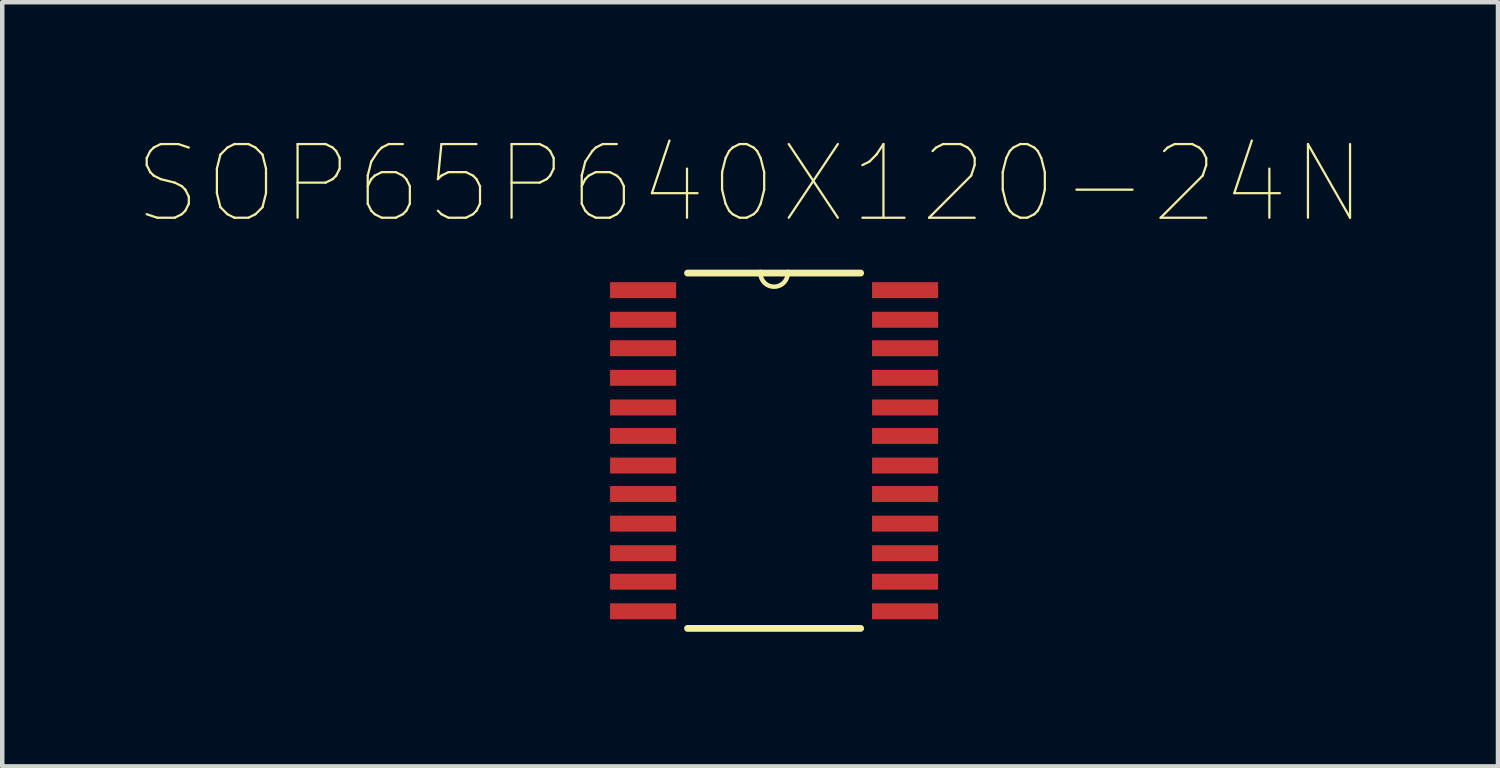
<source format=kicad_pcb>
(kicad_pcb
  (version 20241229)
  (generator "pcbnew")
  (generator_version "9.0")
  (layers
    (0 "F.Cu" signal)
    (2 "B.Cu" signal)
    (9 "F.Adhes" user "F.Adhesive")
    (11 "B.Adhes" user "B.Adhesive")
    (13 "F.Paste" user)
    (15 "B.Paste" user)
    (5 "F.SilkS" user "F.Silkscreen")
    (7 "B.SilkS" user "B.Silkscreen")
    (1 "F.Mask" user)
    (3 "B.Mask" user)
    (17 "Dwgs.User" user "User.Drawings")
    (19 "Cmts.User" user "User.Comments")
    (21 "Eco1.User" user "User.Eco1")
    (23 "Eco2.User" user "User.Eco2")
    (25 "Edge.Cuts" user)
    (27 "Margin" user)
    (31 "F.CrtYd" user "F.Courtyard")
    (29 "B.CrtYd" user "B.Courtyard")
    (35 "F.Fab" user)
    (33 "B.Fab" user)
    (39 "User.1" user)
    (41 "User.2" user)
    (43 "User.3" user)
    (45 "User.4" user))
  (footprint "SOP65P640X120-24N"
    (layer "F.Cu")
    (at 14.213 7.002)
    (property "Reference" "SOP65P640X120-24N" (at -0.534 -5.954 0) (layer "F.SilkS") (effects (font (size 1.643 1.643) (thickness 0.05))))
    (attr smd)
    (fp_line (start -1.93 3.962) (end 1.93 3.962) (stroke (width 0.152) (type solid)) (layer "F.SilkS"))
    (fp_line (start -0.305 -3.962) (end -1.93 -3.962) (stroke (width 0.152) (type solid)) (layer "F.SilkS"))
    (fp_line (start 0.305 -3.962) (end -0.305 -3.962) (stroke (width 0.152) (type solid)) (layer "F.SilkS"))
    (fp_line (start 1.93 -3.962) (end 0.305 -3.962) (stroke (width 0.152) (type solid)) (layer "F.SilkS"))
    (fp_arc (start 0.3048 -3.9624) (mid 0 -3.6576) (end -0.3048 -3.9624) (stroke (width 0.1) (type solid)) (layer "F.SilkS"))
    (fp_line (start -3.302 -3.734) (end -3.302 -3.429) (stroke (width 0.152) (type solid)) (layer "Eco2.User"))
    (fp_line (start -3.302 -3.429) (end -2.261 -3.429) (stroke (width 0.152) (type solid)) (layer "Eco2.User"))
    (fp_line (start -3.302 -3.073) (end -3.302 -2.769) (stroke (width 0.152) (type solid)) (layer "Eco2.User"))
    (fp_line (start -3.302 -2.769) (end -2.261 -2.769) (stroke (width 0.152) (type solid)) (layer "Eco2.User"))
    (fp_line (start -3.302 -2.413) (end -3.302 -2.134) (stroke (width 0.152) (type solid)) (layer "Eco2.User"))
    (fp_line (start -3.302 -2.134) (end -2.261 -2.134) (stroke (width 0.152) (type solid)) (layer "Eco2.User"))
    (fp_line (start -3.302 -1.778) (end -3.302 -1.473) (stroke (width 0.152) (type solid)) (layer "Eco2.User"))
    (fp_line (start -3.302 -1.473) (end -2.261 -1.473) (stroke (width 0.152) (type solid)) (layer "Eco2.User"))
    (fp_line (start -3.302 -1.118) (end -3.302 -0.813) (stroke (width 0.152) (type solid)) (layer "Eco2.User"))
    (fp_line (start -3.302 -0.813) (end -2.261 -0.813) (stroke (width 0.152) (type solid)) (layer "Eco2.User"))
    (fp_line (start -3.302 -0.483) (end -3.302 -0.178) (stroke (width 0.152) (type solid)) (layer "Eco2.User"))
    (fp_line (start -3.302 -0.178) (end -2.261 -0.178) (stroke (width 0.152) (type solid)) (layer "Eco2.User"))
    (fp_line (start -3.302 0.178) (end -3.302 0.483) (stroke (width 0.152) (type solid)) (layer "Eco2.User"))
    (fp_line (start -3.302 0.483) (end -2.261 0.483) (stroke (width 0.152) (type solid)) (layer "Eco2.User"))
    (fp_line (start -3.302 0.813) (end -3.302 1.118) (stroke (width 0.152) (type solid)) (layer "Eco2.User"))
    (fp_line (start -3.302 1.118) (end -2.261 1.118) (stroke (width 0.152) (type solid)) (layer "Eco2.User"))
    (fp_line (start -3.302 1.473) (end -3.302 1.778) (stroke (width 0.152) (type solid)) (layer "Eco2.User"))
    (fp_line (start -3.302 1.778) (end -2.261 1.778) (stroke (width 0.152) (type solid)) (layer "Eco2.User"))
    (fp_line (start -3.302 2.134) (end -3.302 2.413) (stroke (width 0.152) (type solid)) (layer "Eco2.User"))
    (fp_line (start -3.302 2.413) (end -2.261 2.413) (stroke (width 0.152) (type solid)) (layer "Eco2.User"))
    (fp_line (start -3.302 2.769) (end -3.302 3.073) (stroke (width 0.152) (type solid)) (layer "Eco2.User"))
    (fp_line (start -3.302 3.073) (end -2.261 3.073) (stroke (width 0.152) (type solid)) (layer "Eco2.User"))
    (fp_line (start -3.302 3.429) (end -3.302 3.734) (stroke (width 0.152) (type solid)) (layer "Eco2.User"))
    (fp_line (start -3.302 3.734) (end -2.261 3.734) (stroke (width 0.152) (type solid)) (layer "Eco2.User"))
    (fp_line (start -2.261 -3.962) (end -2.261 3.962) (stroke (width 0.152) (type solid)) (layer "Eco2.User"))
    (fp_line (start -2.261 -3.734) (end -3.302 -3.734) (stroke (width 0.152) (type solid)) (layer "Eco2.User"))
    (fp_line (start -2.261 -3.429) (end -2.261 -3.734) (stroke (width 0.152) (type solid)) (layer "Eco2.User"))
    (fp_line (start -2.261 -3.073) (end -3.302 -3.073) (stroke (width 0.152) (type solid)) (layer "Eco2.User"))
    (fp_line (start -2.261 -2.769) (end -2.261 -3.073) (stroke (width 0.152) (type solid)) (layer "Eco2.User"))
    (fp_line (start -2.261 -2.413) (end -3.302 -2.413) (stroke (width 0.152) (type solid)) (layer "Eco2.User"))
    (fp_line (start -2.261 -2.134) (end -2.261 -2.413) (stroke (width 0.152) (type solid)) (layer "Eco2.User"))
    (fp_line (start -2.261 -1.778) (end -3.302 -1.778) (stroke (width 0.152) (type solid)) (layer "Eco2.User"))
    (fp_line (start -2.261 -1.473) (end -2.261 -1.778) (stroke (width 0.152) (type solid)) (layer "Eco2.User"))
    (fp_line (start -2.261 -1.118) (end -3.302 -1.118) (stroke (width 0.152) (type solid)) (layer "Eco2.User"))
    (fp_line (start -2.261 -0.813) (end -2.261 -1.118) (stroke (width 0.152) (type solid)) (layer "Eco2.User"))
    (fp_line (start -2.261 -0.483) (end -3.302 -0.483) (stroke (width 0.152) (type solid)) (layer "Eco2.User"))
    (fp_line (start -2.261 -0.178) (end -2.261 -0.483) (stroke (width 0.152) (type solid)) (layer "Eco2.User"))
    (fp_line (start -2.261 0.178) (end -3.302 0.178) (stroke (width 0.152) (type solid)) (layer "Eco2.User"))
    (fp_line (start -2.261 0.483) (end -2.261 0.178) (stroke (width 0.152) (type solid)) (layer "Eco2.User"))
    (fp_line (start -2.261 0.813) (end -3.302 0.813) (stroke (width 0.152) (type solid)) (layer "Eco2.User"))
    (fp_line (start -2.261 1.118) (end -2.261 0.813) (stroke (width 0.152) (type solid)) (layer "Eco2.User"))
    (fp_line (start -2.261 1.473) (end -3.302 1.473) (stroke (width 0.152) (type solid)) (layer "Eco2.User"))
    (fp_line (start -2.261 1.778) (end -2.261 1.473) (stroke (width 0.152) (type solid)) (layer "Eco2.User"))
    (fp_line (start -2.261 2.134) (end -3.302 2.134) (stroke (width 0.152) (type solid)) (layer "Eco2.User"))
    (fp_line (start -2.261 2.413) (end -2.261 2.134) (stroke (width 0.152) (type solid)) (layer "Eco2.User"))
    (fp_line (start -2.261 2.769) (end -3.302 2.769) (stroke (width 0.152) (type solid)) (layer "Eco2.User"))
    (fp_line (start -2.261 3.073) (end -2.261 2.769) (stroke (width 0.152) (type solid)) (layer "Eco2.User"))
    (fp_line (start -2.261 3.429) (end -3.302 3.429) (stroke (width 0.152) (type solid)) (layer "Eco2.User"))
    (fp_line (start -2.261 3.734) (end -2.261 3.429) (stroke (width 0.152) (type solid)) (layer "Eco2.User"))
    (fp_line (start -2.261 3.962) (end 2.261 3.962) (stroke (width 0.152) (type solid)) (layer "Eco2.User"))
    (fp_line (start -0.305 -3.962) (end -2.261 -3.962) (stroke (width 0.152) (type solid)) (layer "Eco2.User"))
    (fp_line (start 0.305 -3.962) (end -0.305 -3.962) (stroke (width 0.152) (type solid)) (layer "Eco2.User"))
    (fp_line (start 2.261 -3.962) (end 0.305 -3.962) (stroke (width 0.152) (type solid)) (layer "Eco2.User"))
    (fp_line (start 2.261 -3.734) (end 2.261 -3.429) (stroke (width 0.152) (type solid)) (layer "Eco2.User"))
    (fp_line (start 2.261 -3.429) (end 3.302 -3.429) (stroke (width 0.152) (type solid)) (layer "Eco2.User"))
    (fp_line (start 2.261 -3.073) (end 2.261 -2.769) (stroke (width 0.152) (type solid)) (layer "Eco2.User"))
    (fp_line (start 2.261 -2.769) (end 3.302 -2.769) (stroke (width 0.152) (type solid)) (layer "Eco2.User"))
    (fp_line (start 2.261 -2.413) (end 2.261 -2.134) (stroke (width 0.152) (type solid)) (layer "Eco2.User"))
    (fp_line (start 2.261 -2.134) (end 3.302 -2.134) (stroke (width 0.152) (type solid)) (layer "Eco2.User"))
    (fp_line (start 2.261 -1.778) (end 2.261 -1.473) (stroke (width 0.152) (type solid)) (layer "Eco2.User"))
    (fp_line (start 2.261 -1.473) (end 3.302 -1.473) (stroke (width 0.152) (type solid)) (layer "Eco2.User"))
    (fp_line (start 2.261 -1.118) (end 2.261 -0.813) (stroke (width 0.152) (type solid)) (layer "Eco2.User"))
    (fp_line (start 2.261 -0.813) (end 3.302 -0.813) (stroke (width 0.152) (type solid)) (layer "Eco2.User"))
    (fp_line (start 2.261 -0.483) (end 2.261 -0.178) (stroke (width 0.152) (type solid)) (layer "Eco2.User"))
    (fp_line (start 2.261 -0.178) (end 3.302 -0.178) (stroke (width 0.152) (type solid)) (layer "Eco2.User"))
    (fp_line (start 2.261 0.178) (end 2.261 0.483) (stroke (width 0.152) (type solid)) (layer "Eco2.User"))
    (fp_line (start 2.261 0.483) (end 3.302 0.483) (stroke (width 0.152) (type solid)) (layer "Eco2.User"))
    (fp_line (start 2.261 0.813) (end 2.261 1.118) (stroke (width 0.152) (type solid)) (layer "Eco2.User"))
    (fp_line (start 2.261 1.118) (end 3.302 1.118) (stroke (width 0.152) (type solid)) (layer "Eco2.User"))
    (fp_line (start 2.261 1.473) (end 2.261 1.778) (stroke (width 0.152) (type solid)) (layer "Eco2.User"))
    (fp_line (start 2.261 1.778) (end 3.302 1.778) (stroke (width 0.152) (type solid)) (layer "Eco2.User"))
    (fp_line (start 2.261 2.134) (end 2.261 2.413) (stroke (width 0.152) (type solid)) (layer "Eco2.User"))
    (fp_line (start 2.261 2.413) (end 3.302 2.413) (stroke (width 0.152) (type solid)) (layer "Eco2.User"))
    (fp_line (start 2.261 2.769) (end 2.261 3.073) (stroke (width 0.152) (type solid)) (layer "Eco2.User"))
    (fp_line (start 2.261 3.073) (end 3.302 3.073) (stroke (width 0.152) (type solid)) (layer "Eco2.User"))
    (fp_line (start 2.261 3.429) (end 2.261 3.734) (stroke (width 0.152) (type solid)) (layer "Eco2.User"))
    (fp_line (start 2.261 3.734) (end 3.302 3.734) (stroke (width 0.152) (type solid)) (layer "Eco2.User"))
    (fp_line (start 2.261 3.962) (end 2.261 -3.962) (stroke (width 0.152) (type solid)) (layer "Eco2.User"))
    (fp_line (start 3.302 -3.734) (end 2.261 -3.734) (stroke (width 0.152) (type solid)) (layer "Eco2.User"))
    (fp_line (start 3.302 -3.429) (end 3.302 -3.734) (stroke (width 0.152) (type solid)) (layer "Eco2.User"))
    (fp_line (start 3.302 -3.073) (end 2.261 -3.073) (stroke (width 0.152) (type solid)) (layer "Eco2.User"))
    (fp_line (start 3.302 -2.769) (end 3.302 -3.073) (stroke (width 0.152) (type solid)) (layer "Eco2.User"))
    (fp_line (start 3.302 -2.413) (end 2.261 -2.413) (stroke (width 0.152) (type solid)) (layer "Eco2.User"))
    (fp_line (start 3.302 -2.134) (end 3.302 -2.413) (stroke (width 0.152) (type solid)) (layer "Eco2.User"))
    (fp_line (start 3.302 -1.778) (end 2.261 -1.778) (stroke (width 0.152) (type solid)) (layer "Eco2.User"))
    (fp_line (start 3.302 -1.473) (end 3.302 -1.778) (stroke (width 0.152) (type solid)) (layer "Eco2.User"))
    (fp_line (start 3.302 -1.118) (end 2.261 -1.118) (stroke (width 0.152) (type solid)) (layer "Eco2.User"))
    (fp_line (start 3.302 -0.813) (end 3.302 -1.118) (stroke (width 0.152) (type solid)) (layer "Eco2.User"))
    (fp_line (start 3.302 -0.483) (end 2.261 -0.483) (stroke (width 0.152) (type solid)) (layer "Eco2.User"))
    (fp_line (start 3.302 -0.178) (end 3.302 -0.483) (stroke (width 0.152) (type solid)) (layer "Eco2.User"))
    (fp_line (start 3.302 0.178) (end 2.261 0.178) (stroke (width 0.152) (type solid)) (layer "Eco2.User"))
    (fp_line (start 3.302 0.483) (end 3.302 0.178) (stroke (width 0.152) (type solid)) (layer "Eco2.User"))
    (fp_line (start 3.302 0.813) (end 2.261 0.813) (stroke (width 0.152) (type solid)) (layer "Eco2.User"))
    (fp_line (start 3.302 1.118) (end 3.302 0.813) (stroke (width 0.152) (type solid)) (layer "Eco2.User"))
    (fp_line (start 3.302 1.473) (end 2.261 1.473) (stroke (width 0.152) (type solid)) (layer "Eco2.User"))
    (fp_line (start 3.302 1.778) (end 3.302 1.473) (stroke (width 0.152) (type solid)) (layer "Eco2.User"))
    (fp_line (start 3.302 2.134) (end 2.261 2.134) (stroke (width 0.152) (type solid)) (layer "Eco2.User"))
    (fp_line (start 3.302 2.413) (end 3.302 2.134) (stroke (width 0.152) (type solid)) (layer "Eco2.User"))
    (fp_line (start 3.302 2.769) (end 2.261 2.769) (stroke (width 0.152) (type solid)) (layer "Eco2.User"))
    (fp_line (start 3.302 3.073) (end 3.302 2.769) (stroke (width 0.152) (type solid)) (layer "Eco2.User"))
    (fp_line (start 3.302 3.429) (end 2.261 3.429) (stroke (width 0.152) (type solid)) (layer "Eco2.User"))
    (fp_line (start 3.302 3.734) (end 3.302 3.429) (stroke (width 0.152) (type solid)) (layer "Eco2.User"))
    (fp_arc (start 0.3048 -3.9624) (mid 0 -3.6576) (end -0.3048 -3.9624) (stroke (width 0.1) (type solid)) (layer "Eco2.User"))
    (pad "1" smd rect (at -2.921 -3.581) (size 1.473 0.356) (layers "F.Cu" "F.Mask" "F.Paste"))
    (pad "2" smd rect (at -2.921 -2.921) (size 1.473 0.356) (layers "F.Cu" "F.Mask" "F.Paste"))
    (pad "3" smd rect (at -2.921 -2.286) (size 1.473 0.356) (layers "F.Cu" "F.Mask" "F.Paste"))
    (pad "4" smd rect (at -2.921 -1.626) (size 1.473 0.356) (layers "F.Cu" "F.Mask" "F.Paste"))
    (pad "5" smd rect (at -2.921 -0.965) (size 1.473 0.356) (layers "F.Cu" "F.Mask" "F.Paste"))
    (pad "6" smd rect (at -2.921 -0.33) (size 1.473 0.356) (layers "F.Cu" "F.Mask" "F.Paste"))
    (pad "7" smd rect (at -2.921 0.33) (size 1.473 0.356) (layers "F.Cu" "F.Mask" "F.Paste"))
    (pad "8" smd rect (at -2.921 0.965) (size 1.473 0.356) (layers "F.Cu" "F.Mask" "F.Paste"))
    (pad "9" smd rect (at -2.921 1.626) (size 1.473 0.356) (layers "F.Cu" "F.Mask" "F.Paste"))
    (pad "10" smd rect (at -2.921 2.286) (size 1.473 0.356) (layers "F.Cu" "F.Mask" "F.Paste"))
    (pad "11" smd rect (at -2.921 2.921) (size 1.473 0.356) (layers "F.Cu" "F.Mask" "F.Paste"))
    (pad "12" smd rect (at -2.921 3.581) (size 1.473 0.356) (layers "F.Cu" "F.Mask" "F.Paste"))
    (pad "13" smd rect (at 2.921 3.581) (size 1.473 0.356) (layers "F.Cu" "F.Mask" "F.Paste"))
    (pad "14" smd rect (at 2.921 2.921) (size 1.473 0.356) (layers "F.Cu" "F.Mask" "F.Paste"))
    (pad "15" smd rect (at 2.921 2.286) (size 1.473 0.356) (layers "F.Cu" "F.Mask" "F.Paste"))
    (pad "16" smd rect (at 2.921 1.626) (size 1.473 0.356) (layers "F.Cu" "F.Mask" "F.Paste"))
    (pad "17" smd rect (at 2.921 0.965) (size 1.473 0.356) (layers "F.Cu" "F.Mask" "F.Paste"))
    (pad "18" smd rect (at 2.921 0.33) (size 1.473 0.356) (layers "F.Cu" "F.Mask" "F.Paste"))
    (pad "19" smd rect (at 2.921 -0.33) (size 1.473 0.356) (layers "F.Cu" "F.Mask" "F.Paste"))
    (pad "20" smd rect (at 2.921 -0.965) (size 1.473 0.356) (layers "F.Cu" "F.Mask" "F.Paste"))
    (pad "21" smd rect (at 2.921 -1.626) (size 1.473 0.356) (layers "F.Cu" "F.Mask" "F.Paste"))
    (pad "22" smd rect (at 2.921 -2.286) (size 1.473 0.356) (layers "F.Cu" "F.Mask" "F.Paste"))
    (pad "23" smd rect (at 2.921 -2.921) (size 1.473 0.356) (layers "F.Cu" "F.Mask" "F.Paste"))
    (pad "24" smd rect (at 2.921 -3.581) (size 1.473 0.356) (layers "F.Cu" "F.Mask" "F.Paste")))
  (gr_rect
    (start -3 -3)
    (end 30.357 14.041)
    (stroke (width 0.1) (type default))
    (fill no)
    (layer "Edge.Cuts")))
</source>
